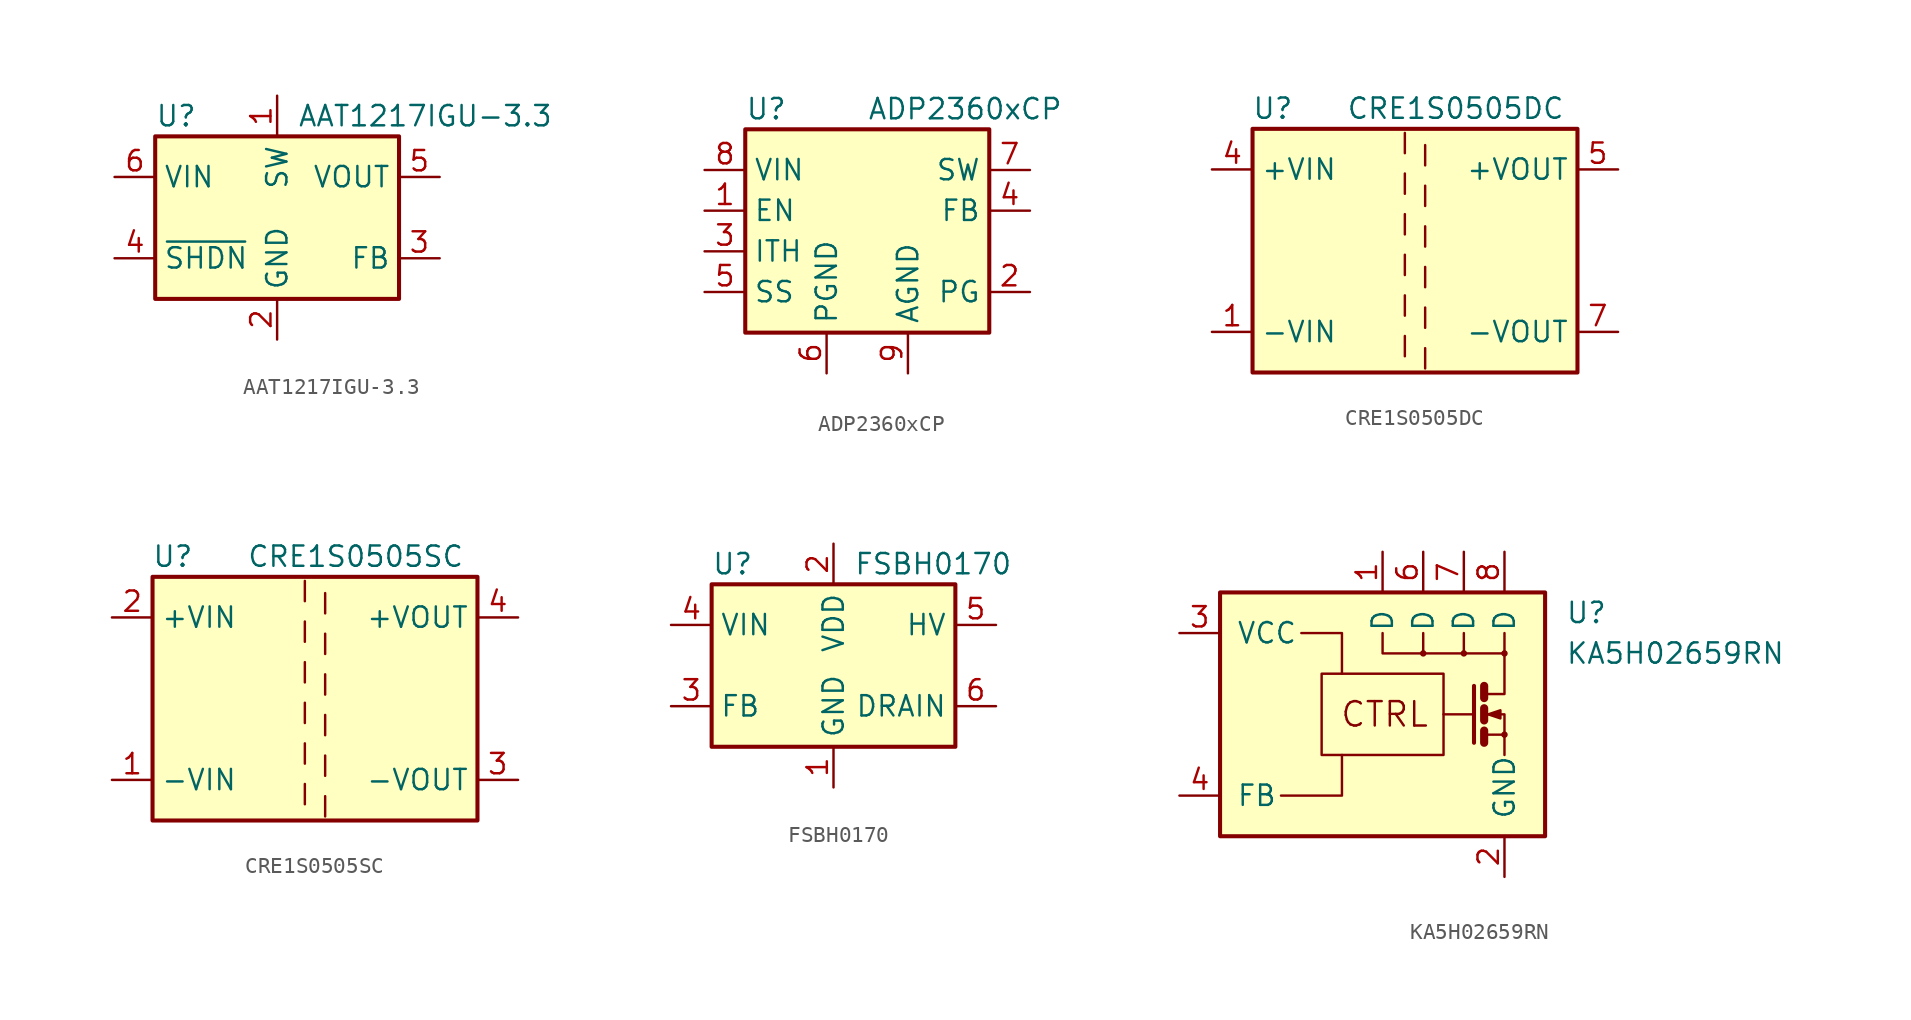
<source format=kicad_sym>
(kicad_symbol_lib
  (version 20201005)
  (generator kicad_symbol_editor)
  (symbol "AAT1217IGU-3.3"
    (property "Reference" "U"
      (at -7.62 6.35 0)
      (effects (font (size 1.27 1.27)) (justify left)))
    (property "Value" "AAT1217IGU-3.3"
      (at 1.27 6.35 0)
      (effects (font (size 1.27 1.27)) (justify left)))
    (symbol "AAT1217IGU-3.3_0_1"
      (rectangle (start -7.62 5.08) (end 7.62 -5.08) (stroke (width 0.254)) (fill (type background))))
    (symbol "AAT1217IGU-3.3_1_1"
      (pin passive line (at 0 7.62 270) (length 2.54) (name "SW" (effects (font (size 1.27 1.27)))) (number "1" (effects (font (size 1.27 1.27)))))
      (pin power_in line (at 0 -7.62 90) (length 2.54) (name "GND" (effects (font (size 1.27 1.27)))) (number "2" (effects (font (size 1.27 1.27)))))
      (pin passive line (at 10.16 -2.54 180) (length 2.54) (name "FB" (effects (font (size 1.27 1.27)))) (number "3" (effects (font (size 1.27 1.27)))))
      (pin input line (at -10.16 -2.54 0) (length 2.54) (name "~SHDN" (effects (font (size 1.27 1.27)))) (number "4" (effects (font (size 1.27 1.27)))))
      (pin power_out line (at 10.16 2.54 180) (length 2.54) (name "VOUT" (effects (font (size 1.27 1.27)))) (number "5" (effects (font (size 1.27 1.27)))))
      (pin power_in line (at -10.16 2.54 0) (length 2.54) (name "VIN" (effects (font (size 1.27 1.27)))) (number "6" (effects (font (size 1.27 1.27)))))))
  (symbol "ADP2360xCP"
    (property "Reference" "U"
      (at -7.62 6.35 0)
      (effects (font (size 1.27 1.27)) (justify left)))
    (property "Value" "ADP2360xCP"
      (at 0 6.35 0)
      (effects (font (size 1.27 1.27)) (justify left)))
    (symbol "ADP2360xCP_0_1"
      (rectangle (start -7.62 5.08) (end 7.62 -7.62) (stroke (width 0.254)) (fill (type background))))
    (symbol "ADP2360xCP_1_1"
      (pin input line (at -10.16 0 0) (length 2.54) (name "EN" (effects (font (size 1.27 1.27)))) (number "1" (effects (font (size 1.27 1.27)))))
      (pin open_collector line (at 10.16 -5.08 180) (length 2.54) (name "PG" (effects (font (size 1.27 1.27)))) (number "2" (effects (font (size 1.27 1.27)))))
      (pin passive line (at -10.16 -2.54 0) (length 2.54) (name "ITH" (effects (font (size 1.27 1.27)))) (number "3" (effects (font (size 1.27 1.27)))))
      (pin input line (at 10.16 0 180) (length 2.54) (name "FB" (effects (font (size 1.27 1.27)))) (number "4" (effects (font (size 1.27 1.27)))))
      (pin passive line (at -10.16 -5.08 0) (length 2.54) (name "SS" (effects (font (size 1.27 1.27)))) (number "5" (effects (font (size 1.27 1.27)))))
      (pin power_in line (at -2.54 -10.16 90) (length 2.54) (name "PGND" (effects (font (size 1.27 1.27)))) (number "6" (effects (font (size 1.27 1.27)))))
      (pin power_out line (at 10.16 2.54 180) (length 2.54) (name "SW" (effects (font (size 1.27 1.27)))) (number "7" (effects (font (size 1.27 1.27)))))
      (pin power_in line (at -10.16 2.54 0) (length 2.54) (name "VIN" (effects (font (size 1.27 1.27)))) (number "8" (effects (font (size 1.27 1.27)))))
      (pin power_in line (at 2.54 -10.16 90) (length 2.54) (name "AGND" (effects (font (size 1.27 1.27)))) (number "9" (effects (font (size 1.27 1.27)))))))
  (symbol "CRE1S0505DC"
    (property "Reference" "U"
      (at -8.89 8.89 0)
      (effects (font (size 1.27 1.27))))
    (property "Value" "CRE1S0505DC"
      (at 2.54 8.89 0)
      (effects (font (size 1.27 1.27))))
    (symbol "CRE1S0505DC_0_1"
      (rectangle (start -10.16 7.62) (end 10.16 -7.62) (stroke (width 0.254)) (fill (type background)))
      (polyline (pts (xy -0.635 -5.334) (xy -0.635 -6.604)) (stroke (width 0)) (fill (type none)))
      (polyline (pts (xy -0.635 -2.794) (xy -0.635 -4.064)) (stroke (width 0)) (fill (type none)))
      (polyline (pts (xy -0.635 -0.254) (xy -0.635 -1.524)) (stroke (width 0)) (fill (type none)))
      (polyline (pts (xy -0.635 2.286) (xy -0.635 1.016)) (stroke (width 0)) (fill (type none)))
      (polyline (pts (xy -0.635 4.826) (xy -0.635 3.556)) (stroke (width 0)) (fill (type none)))
      (polyline (pts (xy -0.635 7.366) (xy -0.635 6.096)) (stroke (width 0)) (fill (type none)))
      (polyline (pts (xy 0.635 -7.366) (xy 0.635 -6.096)) (stroke (width 0)) (fill (type none)))
      (polyline (pts (xy 0.635 -4.826) (xy 0.635 -3.556)) (stroke (width 0)) (fill (type none)))
      (polyline (pts (xy 0.635 -2.286) (xy 0.635 -1.016)) (stroke (width 0)) (fill (type none)))
      (polyline (pts (xy 0.635 0.254) (xy 0.635 1.524)) (stroke (width 0)) (fill (type none)))
      (polyline (pts (xy 0.635 2.794) (xy 0.635 4.064)) (stroke (width 0)) (fill (type none)))
      (polyline (pts (xy 0.635 5.334) (xy 0.635 6.604)) (stroke (width 0)) (fill (type none))))
    (symbol "CRE1S0505DC_1_1"
      (pin power_in line (at -12.7 -5.08 0) (length 2.54) (name "-VIN" (effects (font (size 1.27 1.27)))) (number "1" (effects (font (size 1.27 1.27)))))
      (pin power_in line (at -12.7 5.08 0) (length 2.54) (name "+VIN" (effects (font (size 1.27 1.27)))) (number "4" (effects (font (size 1.27 1.27)))))
      (pin power_out line (at 12.7 5.08 180) (length 2.54) (name "+VOUT" (effects (font (size 1.27 1.27)))) (number "5" (effects (font (size 1.27 1.27)))))
      (pin power_out line (at 12.7 -5.08 180) (length 2.54) (name "-VOUT" (effects (font (size 1.27 1.27)))) (number "7" (effects (font (size 1.27 1.27)))))))
  (symbol "CRE1S0505SC"
    (property "Reference" "U"
      (at -8.89 8.89 0)
      (effects (font (size 1.27 1.27))))
    (property "Value" "CRE1S0505SC"
      (at 2.54 8.89 0)
      (effects (font (size 1.27 1.27))))
    (symbol "CRE1S0505SC_0_1"
      (rectangle (start -10.16 7.62) (end 10.16 -7.62) (stroke (width 0.254)) (fill (type background)))
      (polyline (pts (xy -0.635 -5.334) (xy -0.635 -6.604)) (stroke (width 0)) (fill (type none)))
      (polyline (pts (xy -0.635 -2.794) (xy -0.635 -4.064)) (stroke (width 0)) (fill (type none)))
      (polyline (pts (xy -0.635 -0.254) (xy -0.635 -1.524)) (stroke (width 0)) (fill (type none)))
      (polyline (pts (xy -0.635 2.286) (xy -0.635 1.016)) (stroke (width 0)) (fill (type none)))
      (polyline (pts (xy -0.635 4.826) (xy -0.635 3.556)) (stroke (width 0)) (fill (type none)))
      (polyline (pts (xy -0.635 7.366) (xy -0.635 6.096)) (stroke (width 0)) (fill (type none)))
      (polyline (pts (xy 0.635 -7.366) (xy 0.635 -6.096)) (stroke (width 0)) (fill (type none)))
      (polyline (pts (xy 0.635 -4.826) (xy 0.635 -3.556)) (stroke (width 0)) (fill (type none)))
      (polyline (pts (xy 0.635 -2.286) (xy 0.635 -1.016)) (stroke (width 0)) (fill (type none)))
      (polyline (pts (xy 0.635 0.254) (xy 0.635 1.524)) (stroke (width 0)) (fill (type none)))
      (polyline (pts (xy 0.635 2.794) (xy 0.635 4.064)) (stroke (width 0)) (fill (type none)))
      (polyline (pts (xy 0.635 5.334) (xy 0.635 6.604)) (stroke (width 0)) (fill (type none))))
    (symbol "CRE1S0505SC_1_1"
      (pin power_in line (at -12.7 -5.08 0) (length 2.54) (name "-VIN" (effects (font (size 1.27 1.27)))) (number "1" (effects (font (size 1.27 1.27)))))
      (pin power_in line (at -12.7 5.08 0) (length 2.54) (name "+VIN" (effects (font (size 1.27 1.27)))) (number "2" (effects (font (size 1.27 1.27)))))
      (pin power_out line (at 12.7 -5.08 180) (length 2.54) (name "-VOUT" (effects (font (size 1.27 1.27)))) (number "3" (effects (font (size 1.27 1.27)))))
      (pin power_out line (at 12.7 5.08 180) (length 2.54) (name "+VOUT" (effects (font (size 1.27 1.27)))) (number "4" (effects (font (size 1.27 1.27)))))))
  (symbol "FSBH0170"
    (property "Reference" "U"
      (at -7.62 6.35 0)
      (effects (font (size 1.27 1.27)) (justify left)))
    (property "Value" "FSBH0170"
      (at 1.27 6.35 0)
      (effects (font (size 1.27 1.27)) (justify left)))
    (symbol "FSBH0170_0_1"
      (rectangle (start -7.62 5.08) (end 7.62 -5.08) (stroke (width 0.254)) (fill (type background))))
    (symbol "FSBH0170_1_1"
      (pin power_in line (at 0 -7.62 90) (length 2.54) (name "GND" (effects (font (size 1.27 1.27)))) (number "1" (effects (font (size 1.27 1.27)))))
      (pin power_in line (at 0 7.62 270) (length 2.54) (name "VDD" (effects (font (size 1.27 1.27)))) (number "2" (effects (font (size 1.27 1.27)))))
      (pin input line (at -10.16 -2.54 0) (length 2.54) (name "FB" (effects (font (size 1.27 1.27)))) (number "3" (effects (font (size 1.27 1.27)))))
      (pin input line (at -10.16 2.54 0) (length 2.54) (name "VIN" (effects (font (size 1.27 1.27)))) (number "4" (effects (font (size 1.27 1.27)))))
      (pin input line (at 10.16 2.54 180) (length 2.54) (name "HV" (effects (font (size 1.27 1.27)))) (number "5" (effects (font (size 1.27 1.27)))))
      (pin open_collector line (at 10.16 -2.54 180) (length 2.54) (name "DRAIN" (effects (font (size 1.27 1.27)))) (number "6" (effects (font (size 1.27 1.27)))))
      (pin open_collector line (at 10.16 -2.54 180) (length 2.54) hide (name "DRAIN" (effects (font (size 1.27 1.27)))) (number "7" (effects (font (size 1.27 1.27)))))
      (pin open_collector line (at 10.16 -2.54 180) (length 2.54) hide (name "DRAIN" (effects (font (size 1.27 1.27)))) (number "8" (effects (font (size 1.27 1.27)))))))
  (symbol "KA5H02659RN"
    (pin_names
      (offset 1.016))
    (property "Reference" "U"
      (at 11.43 6.35 0)
      (effects (font (size 1.27 1.27)) (justify left)))
    (property "Value" "KA5H02659RN"
      (at 11.43 3.81 0)
      (effects (font (size 1.27 1.27)) (justify left)))
    (symbol "KA5H02659RN_0_0"
      (circle (center 2.54 3.81) (radius 0.127) (stroke (width 0)) (fill (type none)))
      (circle (center 5.08 3.81) (radius 0.127) (stroke (width 0)) (fill (type none)))
      (circle (center 7.62 -1.27) (radius 0.127) (stroke (width 0)) (fill (type none)))
      (text "CTRL" (at 0.127 0 0) (effects (font (size 1.524 1.524))))
      (rectangle (start -3.81 2.54) (end 3.81 -2.54) (stroke (width 0)) (fill (type none)))
      (rectangle (start -10.16 7.62) (end 10.16 -7.62) (stroke (width 0.254)) (fill (type background)))
      (polyline (pts (xy 2.54 5.08) (xy 2.54 3.81)) (stroke (width 0)) (fill (type none)))
      (polyline (pts (xy 3.81 0) (xy 5.715 0)) (stroke (width 0)) (fill (type none)))
      (polyline (pts (xy 5.08 5.08) (xy 5.08 3.81)) (stroke (width 0)) (fill (type none)))
      (polyline (pts (xy 5.715 1.778) (xy 5.715 -1.778)) (stroke (width 0.254)) (fill (type none)))
      (polyline (pts (xy 6.35 -1.27) (xy 7.62 -1.27)) (stroke (width 0)) (fill (type none)))
      (polyline (pts (xy 6.35 -1.016) (xy 6.35 -1.778)) (stroke (width 0.508)) (fill (type none)))
      (polyline (pts (xy 6.35 0.381) (xy 6.35 -0.381)) (stroke (width 0.508)) (fill (type none)))
      (polyline (pts (xy 6.35 1.778) (xy 6.35 1.016)) (stroke (width 0.508)) (fill (type none)))
      (polyline (pts (xy 6.35 1.27) (xy 7.62 1.27) (xy 7.62 3.81)) (stroke (width 0)) (fill (type none)))
      (polyline (pts (xy 7.62 -2.54) (xy 7.62 0) (xy 6.35 0)) (stroke (width 0)) (fill (type none)))
      (polyline (pts (xy 0 5.08) (xy 0 3.81) (xy 7.62 3.81) (xy 7.62 5.08)) (stroke (width 0)) (fill (type none)))
      (polyline (pts (xy 6.604 0) (xy 7.366 0.254) (xy 7.366 -0.254) (xy 6.604 0)) (stroke (width 0)) (fill (type outline))))
    (symbol "KA5H02659RN_0_1"
      (circle (center 7.62 3.81) (radius 0.127) (stroke (width 0)) (fill (type none)))
      (polyline (pts (xy -6.35 -5.08) (xy -2.54 -5.08) (xy -2.54 -2.54)) (stroke (width 0)) (fill (type none)))
      (polyline (pts (xy -5.08 5.08) (xy -2.54 5.08) (xy -2.54 2.54)) (stroke (width 0)) (fill (type none))))
    (symbol "KA5H02659RN_1_1"
      (pin passive line (at 0 10.16 270) (length 2.54) (name "D" (effects (font (size 1.27 1.27)))) (number "1" (effects (font (size 1.27 1.27)))))
      (pin power_in line (at 7.62 -10.16 90) (length 2.54) (name "GND" (effects (font (size 1.27 1.27)))) (number "2" (effects (font (size 1.27 1.27)))))
      (pin power_in line (at -12.7 5.08 0) (length 2.54) (name "VCC" (effects (font (size 1.27 1.27)))) (number "3" (effects (font (size 1.27 1.27)))))
      (pin passive line (at -12.7 -5.08 0) (length 2.54) (name "FB" (effects (font (size 1.27 1.27)))) (number "4" (effects (font (size 1.27 1.27)))))
      (pin passive line (at 2.54 10.16 270) (length 2.54) (name "D" (effects (font (size 1.27 1.27)))) (number "6" (effects (font (size 1.27 1.27)))))
      (pin passive line (at 5.08 10.16 270) (length 2.54) (name "D" (effects (font (size 1.27 1.27)))) (number "7" (effects (font (size 1.27 1.27)))))
      (pin passive line (at 7.62 10.16 270) (length 2.54) (name "D" (effects (font (size 1.27 1.27)))) (number "8" (effects (font (size 1.27 1.27))))))))
</source>
